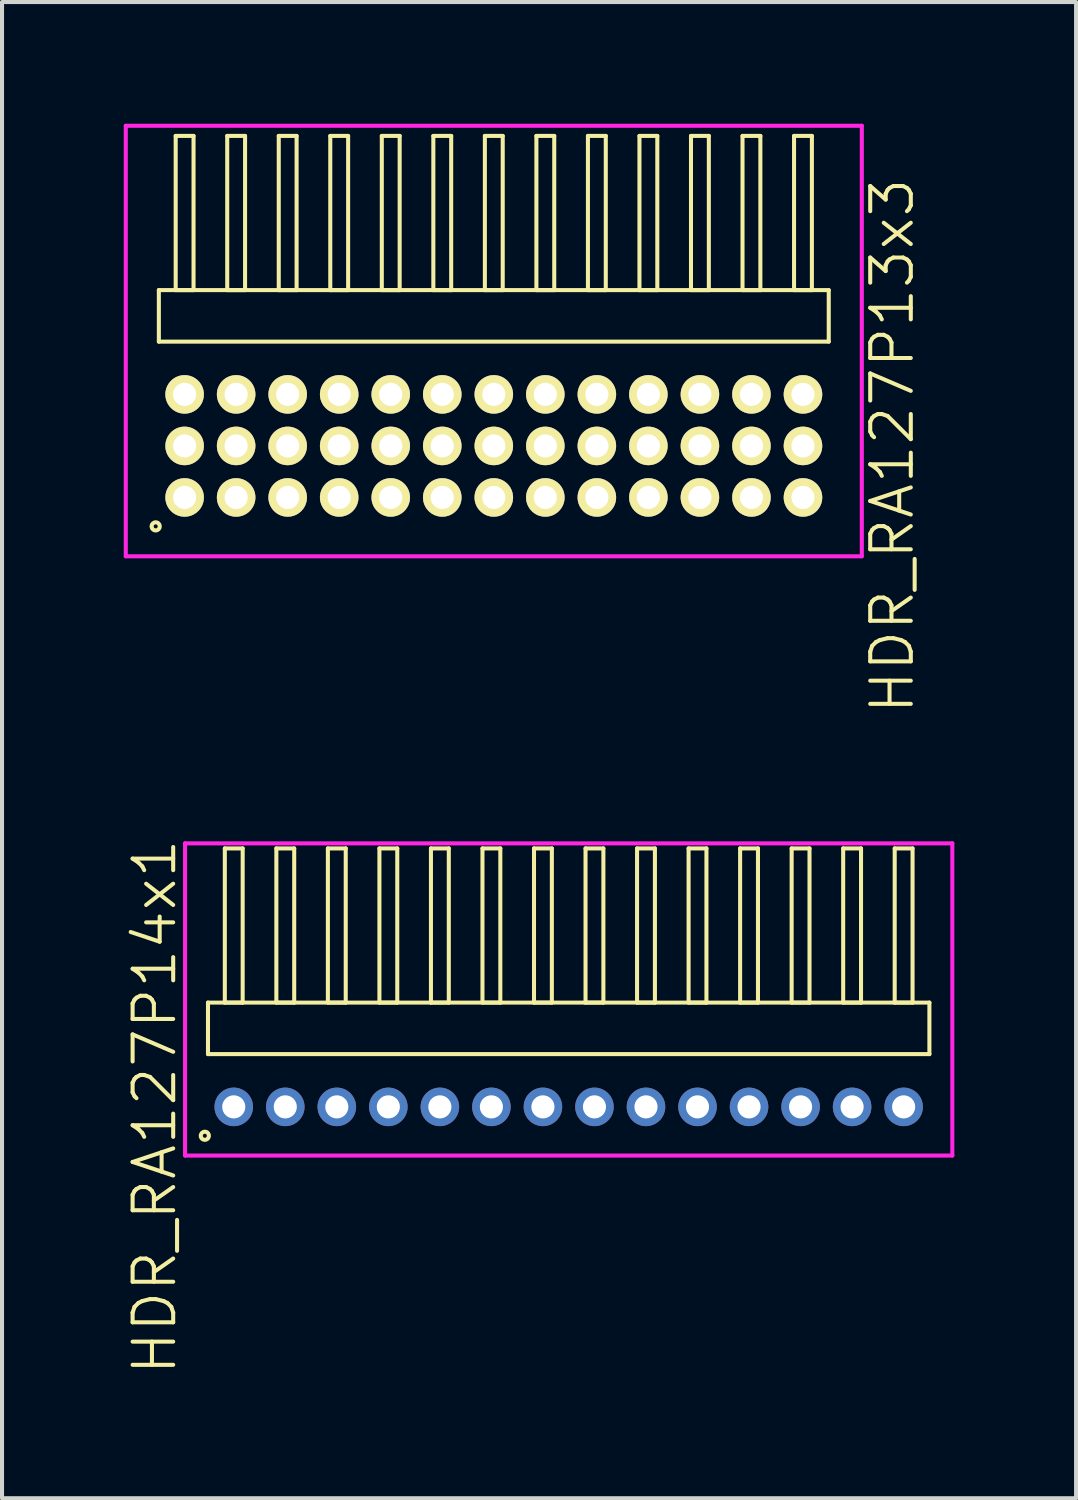
<source format=kicad_pcb>
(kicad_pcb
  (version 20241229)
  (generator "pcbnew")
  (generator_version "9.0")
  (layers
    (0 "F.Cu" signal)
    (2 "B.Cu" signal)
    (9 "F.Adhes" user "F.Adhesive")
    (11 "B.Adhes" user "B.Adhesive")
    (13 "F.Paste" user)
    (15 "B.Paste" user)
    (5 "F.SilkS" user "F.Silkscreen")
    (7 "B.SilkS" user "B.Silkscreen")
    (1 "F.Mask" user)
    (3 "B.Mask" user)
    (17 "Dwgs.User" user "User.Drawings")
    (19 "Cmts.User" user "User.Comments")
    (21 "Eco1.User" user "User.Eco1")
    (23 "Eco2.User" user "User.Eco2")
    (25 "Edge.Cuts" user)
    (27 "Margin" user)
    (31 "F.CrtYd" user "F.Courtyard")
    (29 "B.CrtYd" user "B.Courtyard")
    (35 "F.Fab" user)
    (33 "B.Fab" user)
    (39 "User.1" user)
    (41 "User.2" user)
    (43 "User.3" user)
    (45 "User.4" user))
  (footprint "HDR_RA127P14x1"
    (layer "F.Cu")
    (at 10.966 24.23)
    (property "Reference" "HDR_RA127P14x1" (at -10.205 0 90) (layer "F.SilkS") (effects (font (size 1 1) (thickness 0.1))))
    (attr through_hole)
    (fp_line (start -8.89 -2.57) (end -8.89 -1.3) (stroke (width 0.1) (type solid)) (layer "F.SilkS"))
    (fp_line (start -8.89 -1.3) (end 8.89 -1.3) (stroke (width 0.1) (type solid)) (layer "F.SilkS"))
    (fp_line (start -8.475 -6.37) (end -8.475 -2.57) (stroke (width 0.1) (type solid)) (layer "F.SilkS"))
    (fp_line (start -8.475 -2.57) (end -8.035 -2.57) (stroke (width 0.1) (type solid)) (layer "F.SilkS"))
    (fp_line (start -8.035 -6.37) (end -8.475 -6.37) (stroke (width 0.1) (type solid)) (layer "F.SilkS"))
    (fp_line (start -8.035 -2.57) (end -8.035 -6.37) (stroke (width 0.1) (type solid)) (layer "F.SilkS"))
    (fp_line (start -7.205 -6.37) (end -7.205 -2.57) (stroke (width 0.1) (type solid)) (layer "F.SilkS"))
    (fp_line (start -7.205 -2.57) (end -6.765 -2.57) (stroke (width 0.1) (type solid)) (layer "F.SilkS"))
    (fp_line (start -6.765 -6.37) (end -7.205 -6.37) (stroke (width 0.1) (type solid)) (layer "F.SilkS"))
    (fp_line (start -6.765 -2.57) (end -6.765 -6.37) (stroke (width 0.1) (type solid)) (layer "F.SilkS"))
    (fp_line (start -5.935 -6.37) (end -5.935 -2.57) (stroke (width 0.1) (type solid)) (layer "F.SilkS"))
    (fp_line (start -5.935 -2.57) (end -5.495 -2.57) (stroke (width 0.1) (type solid)) (layer "F.SilkS"))
    (fp_line (start -5.495 -6.37) (end -5.935 -6.37) (stroke (width 0.1) (type solid)) (layer "F.SilkS"))
    (fp_line (start -5.495 -2.57) (end -5.495 -6.37) (stroke (width 0.1) (type solid)) (layer "F.SilkS"))
    (fp_line (start -4.665 -6.37) (end -4.665 -2.57) (stroke (width 0.1) (type solid)) (layer "F.SilkS"))
    (fp_line (start -4.665 -2.57) (end -4.225 -2.57) (stroke (width 0.1) (type solid)) (layer "F.SilkS"))
    (fp_line (start -4.225 -6.37) (end -4.665 -6.37) (stroke (width 0.1) (type solid)) (layer "F.SilkS"))
    (fp_line (start -4.225 -2.57) (end -4.225 -6.37) (stroke (width 0.1) (type solid)) (layer "F.SilkS"))
    (fp_line (start -3.395 -6.37) (end -3.395 -2.57) (stroke (width 0.1) (type solid)) (layer "F.SilkS"))
    (fp_line (start -3.395 -2.57) (end -2.955 -2.57) (stroke (width 0.1) (type solid)) (layer "F.SilkS"))
    (fp_line (start -2.955 -6.37) (end -3.395 -6.37) (stroke (width 0.1) (type solid)) (layer "F.SilkS"))
    (fp_line (start -2.955 -2.57) (end -2.955 -6.37) (stroke (width 0.1) (type solid)) (layer "F.SilkS"))
    (fp_line (start -2.125 -6.37) (end -2.125 -2.57) (stroke (width 0.1) (type solid)) (layer "F.SilkS"))
    (fp_line (start -2.125 -2.57) (end -1.685 -2.57) (stroke (width 0.1) (type solid)) (layer "F.SilkS"))
    (fp_line (start -1.685 -6.37) (end -2.125 -6.37) (stroke (width 0.1) (type solid)) (layer "F.SilkS"))
    (fp_line (start -1.685 -2.57) (end -1.685 -6.37) (stroke (width 0.1) (type solid)) (layer "F.SilkS"))
    (fp_line (start -0.855 -6.37) (end -0.855 -2.57) (stroke (width 0.1) (type solid)) (layer "F.SilkS"))
    (fp_line (start -0.855 -2.57) (end -0.415 -2.57) (stroke (width 0.1) (type solid)) (layer "F.SilkS"))
    (fp_line (start -0.415 -6.37) (end -0.855 -6.37) (stroke (width 0.1) (type solid)) (layer "F.SilkS"))
    (fp_line (start -0.415 -2.57) (end -0.415 -6.37) (stroke (width 0.1) (type solid)) (layer "F.SilkS"))
    (fp_line (start 0.415 -6.37) (end 0.415 -2.57) (stroke (width 0.1) (type solid)) (layer "F.SilkS"))
    (fp_line (start 0.415 -2.57) (end 0.855 -2.57) (stroke (width 0.1) (type solid)) (layer "F.SilkS"))
    (fp_line (start 0.855 -6.37) (end 0.415 -6.37) (stroke (width 0.1) (type solid)) (layer "F.SilkS"))
    (fp_line (start 0.855 -2.57) (end 0.855 -6.37) (stroke (width 0.1) (type solid)) (layer "F.SilkS"))
    (fp_line (start 1.685 -6.37) (end 1.685 -2.57) (stroke (width 0.1) (type solid)) (layer "F.SilkS"))
    (fp_line (start 1.685 -2.57) (end 2.125 -2.57) (stroke (width 0.1) (type solid)) (layer "F.SilkS"))
    (fp_line (start 2.125 -6.37) (end 1.685 -6.37) (stroke (width 0.1) (type solid)) (layer "F.SilkS"))
    (fp_line (start 2.125 -2.57) (end 2.125 -6.37) (stroke (width 0.1) (type solid)) (layer "F.SilkS"))
    (fp_line (start 2.955 -6.37) (end 2.955 -2.57) (stroke (width 0.1) (type solid)) (layer "F.SilkS"))
    (fp_line (start 2.955 -2.57) (end 3.395 -2.57) (stroke (width 0.1) (type solid)) (layer "F.SilkS"))
    (fp_line (start 3.395 -6.37) (end 2.955 -6.37) (stroke (width 0.1) (type solid)) (layer "F.SilkS"))
    (fp_line (start 3.395 -2.57) (end 3.395 -6.37) (stroke (width 0.1) (type solid)) (layer "F.SilkS"))
    (fp_line (start 4.225 -6.37) (end 4.225 -2.57) (stroke (width 0.1) (type solid)) (layer "F.SilkS"))
    (fp_line (start 4.225 -2.57) (end 4.665 -2.57) (stroke (width 0.1) (type solid)) (layer "F.SilkS"))
    (fp_line (start 4.665 -6.37) (end 4.225 -6.37) (stroke (width 0.1) (type solid)) (layer "F.SilkS"))
    (fp_line (start 4.665 -2.57) (end 4.665 -6.37) (stroke (width 0.1) (type solid)) (layer "F.SilkS"))
    (fp_line (start 5.495 -6.37) (end 5.495 -2.57) (stroke (width 0.1) (type solid)) (layer "F.SilkS"))
    (fp_line (start 5.495 -2.57) (end 5.935 -2.57) (stroke (width 0.1) (type solid)) (layer "F.SilkS"))
    (fp_line (start 5.935 -6.37) (end 5.495 -6.37) (stroke (width 0.1) (type solid)) (layer "F.SilkS"))
    (fp_line (start 5.935 -2.57) (end 5.935 -6.37) (stroke (width 0.1) (type solid)) (layer "F.SilkS"))
    (fp_line (start 6.765 -6.37) (end 6.765 -2.57) (stroke (width 0.1) (type solid)) (layer "F.SilkS"))
    (fp_line (start 6.765 -2.57) (end 7.205 -2.57) (stroke (width 0.1) (type solid)) (layer "F.SilkS"))
    (fp_line (start 7.205 -6.37) (end 6.765 -6.37) (stroke (width 0.1) (type solid)) (layer "F.SilkS"))
    (fp_line (start 7.205 -2.57) (end 7.205 -6.37) (stroke (width 0.1) (type solid)) (layer "F.SilkS"))
    (fp_line (start 8.035 -6.37) (end 8.035 -2.57) (stroke (width 0.1) (type solid)) (layer "F.SilkS"))
    (fp_line (start 8.035 -2.57) (end 8.475 -2.57) (stroke (width 0.1) (type solid)) (layer "F.SilkS"))
    (fp_line (start 8.475 -6.37) (end 8.035 -6.37) (stroke (width 0.1) (type solid)) (layer "F.SilkS"))
    (fp_line (start 8.475 -2.57) (end 8.475 -6.37) (stroke (width 0.1) (type solid)) (layer "F.SilkS"))
    (fp_line (start 8.89 -2.57) (end -8.89 -2.57) (stroke (width 0.1) (type solid)) (layer "F.SilkS"))
    (fp_line (start 8.89 -1.3) (end 8.89 -2.57) (stroke (width 0.1) (type solid)) (layer "F.SilkS"))
    (fp_circle (center -8.968 0.712) (end -8.868 0.712) (stroke (width 0.1) (type solid)) (fill no) (layer "F.SilkS"))
    (fp_line (start -9.455 -6.495) (end -9.455 1.2) (stroke (width 0.1) (type solid)) (layer "F.CrtYd"))
    (fp_line (start -9.455 1.2) (end 9.455 1.2) (stroke (width 0.1) (type solid)) (layer "F.CrtYd"))
    (fp_line (start 9.455 -6.495) (end -9.455 -6.495) (stroke (width 0.1) (type solid)) (layer "F.CrtYd"))
    (fp_line (start 9.455 1.2) (end 9.455 -6.495) (stroke (width 0.1) (type solid)) (layer "F.CrtYd"))
    (pad "1" thru_hole oval (at -8.255 0) (size 0.95 0.95) (drill 0.57) (layers "*.Cu" "*.Mask"))
    (pad "2" thru_hole oval (at -6.985 0) (size 0.95 0.95) (drill 0.57) (layers "*.Cu" "*.Mask"))
    (pad "3" thru_hole oval (at -5.715 0) (size 0.95 0.95) (drill 0.57) (layers "*.Cu" "*.Mask"))
    (pad "4" thru_hole oval (at -4.445 0) (size 0.95 0.95) (drill 0.57) (layers "*.Cu" "*.Mask"))
    (pad "5" thru_hole oval (at -3.175 0) (size 0.95 0.95) (drill 0.57) (layers "*.Cu" "*.Mask"))
    (pad "6" thru_hole oval (at -1.905 0) (size 0.95 0.95) (drill 0.57) (layers "*.Cu" "*.Mask"))
    (pad "7" thru_hole oval (at -0.635 0) (size 0.95 0.95) (drill 0.57) (layers "*.Cu" "*.Mask"))
    (pad "8" thru_hole oval (at 0.635 0) (size 0.95 0.95) (drill 0.57) (layers "*.Cu" "*.Mask"))
    (pad "9" thru_hole oval (at 1.905 0) (size 0.95 0.95) (drill 0.57) (layers "*.Cu" "*.Mask"))
    (pad "10" thru_hole oval (at 3.175 0) (size 0.95 0.95) (drill 0.57) (layers "*.Cu" "*.Mask"))
    (pad "11" thru_hole oval (at 4.445 0) (size 0.95 0.95) (drill 0.57) (layers "*.Cu" "*.Mask"))
    (pad "12" thru_hole oval (at 5.715 0) (size 0.95 0.95) (drill 0.57) (layers "*.Cu" "*.Mask"))
    (pad "13" thru_hole oval (at 6.985 0) (size 0.95 0.95) (drill 0.57) (layers "*.Cu" "*.Mask"))
    (pad "14" thru_hole oval (at 8.255 0) (size 0.95 0.95) (drill 0.57) (layers "*.Cu" "*.Mask")))
  (footprint "HDR_RA127P13x3"
    (layer "F.Cu")
    (at 9.12 7.94)
    (property "Reference" "HDR_RA127P13x3" (at 9.82 0 90) (layer "F.SilkS") (effects (font (size 1 1) (thickness 0.1))))
    (attr through_hole)
    (fp_line (start -8.255 -3.84) (end -8.255 -2.57) (stroke (width 0.1) (type solid)) (layer "F.SilkS"))
    (fp_line (start -8.255 -2.57) (end 8.255 -2.57) (stroke (width 0.1) (type solid)) (layer "F.SilkS"))
    (fp_line (start -7.84 -7.64) (end -7.84 -3.84) (stroke (width 0.1) (type solid)) (layer "F.SilkS"))
    (fp_line (start -7.84 -3.84) (end -7.4 -3.84) (stroke (width 0.1) (type solid)) (layer "F.SilkS"))
    (fp_line (start -7.4 -7.64) (end -7.84 -7.64) (stroke (width 0.1) (type solid)) (layer "F.SilkS"))
    (fp_line (start -7.4 -3.84) (end -7.4 -7.64) (stroke (width 0.1) (type solid)) (layer "F.SilkS"))
    (fp_line (start -6.57 -7.64) (end -6.57 -3.84) (stroke (width 0.1) (type solid)) (layer "F.SilkS"))
    (fp_line (start -6.57 -3.84) (end -6.13 -3.84) (stroke (width 0.1) (type solid)) (layer "F.SilkS"))
    (fp_line (start -6.13 -7.64) (end -6.57 -7.64) (stroke (width 0.1) (type solid)) (layer "F.SilkS"))
    (fp_line (start -6.13 -3.84) (end -6.13 -7.64) (stroke (width 0.1) (type solid)) (layer "F.SilkS"))
    (fp_line (start -5.3 -7.64) (end -5.3 -3.84) (stroke (width 0.1) (type solid)) (layer "F.SilkS"))
    (fp_line (start -5.3 -3.84) (end -4.86 -3.84) (stroke (width 0.1) (type solid)) (layer "F.SilkS"))
    (fp_line (start -4.86 -7.64) (end -5.3 -7.64) (stroke (width 0.1) (type solid)) (layer "F.SilkS"))
    (fp_line (start -4.86 -3.84) (end -4.86 -7.64) (stroke (width 0.1) (type solid)) (layer "F.SilkS"))
    (fp_line (start -4.03 -7.64) (end -4.03 -3.84) (stroke (width 0.1) (type solid)) (layer "F.SilkS"))
    (fp_line (start -4.03 -3.84) (end -3.59 -3.84) (stroke (width 0.1) (type solid)) (layer "F.SilkS"))
    (fp_line (start -3.59 -7.64) (end -4.03 -7.64) (stroke (width 0.1) (type solid)) (layer "F.SilkS"))
    (fp_line (start -3.59 -3.84) (end -3.59 -7.64) (stroke (width 0.1) (type solid)) (layer "F.SilkS"))
    (fp_line (start -2.76 -7.64) (end -2.76 -3.84) (stroke (width 0.1) (type solid)) (layer "F.SilkS"))
    (fp_line (start -2.76 -3.84) (end -2.32 -3.84) (stroke (width 0.1) (type solid)) (layer "F.SilkS"))
    (fp_line (start -2.32 -7.64) (end -2.76 -7.64) (stroke (width 0.1) (type solid)) (layer "F.SilkS"))
    (fp_line (start -2.32 -3.84) (end -2.32 -7.64) (stroke (width 0.1) (type solid)) (layer "F.SilkS"))
    (fp_line (start -1.49 -7.64) (end -1.49 -3.84) (stroke (width 0.1) (type solid)) (layer "F.SilkS"))
    (fp_line (start -1.49 -3.84) (end -1.05 -3.84) (stroke (width 0.1) (type solid)) (layer "F.SilkS"))
    (fp_line (start -1.05 -7.64) (end -1.49 -7.64) (stroke (width 0.1) (type solid)) (layer "F.SilkS"))
    (fp_line (start -1.05 -3.84) (end -1.05 -7.64) (stroke (width 0.1) (type solid)) (layer "F.SilkS"))
    (fp_line (start -0.22 -7.64) (end -0.22 -3.84) (stroke (width 0.1) (type solid)) (layer "F.SilkS"))
    (fp_line (start -0.22 -3.84) (end 0.22 -3.84) (stroke (width 0.1) (type solid)) (layer "F.SilkS"))
    (fp_line (start 0.22 -7.64) (end -0.22 -7.64) (stroke (width 0.1) (type solid)) (layer "F.SilkS"))
    (fp_line (start 0.22 -3.84) (end 0.22 -7.64) (stroke (width 0.1) (type solid)) (layer "F.SilkS"))
    (fp_line (start 1.05 -7.64) (end 1.05 -3.84) (stroke (width 0.1) (type solid)) (layer "F.SilkS"))
    (fp_line (start 1.05 -3.84) (end 1.49 -3.84) (stroke (width 0.1) (type solid)) (layer "F.SilkS"))
    (fp_line (start 1.49 -7.64) (end 1.05 -7.64) (stroke (width 0.1) (type solid)) (layer "F.SilkS"))
    (fp_line (start 1.49 -3.84) (end 1.49 -7.64) (stroke (width 0.1) (type solid)) (layer "F.SilkS"))
    (fp_line (start 2.32 -7.64) (end 2.32 -3.84) (stroke (width 0.1) (type solid)) (layer "F.SilkS"))
    (fp_line (start 2.32 -3.84) (end 2.76 -3.84) (stroke (width 0.1) (type solid)) (layer "F.SilkS"))
    (fp_line (start 2.76 -7.64) (end 2.32 -7.64) (stroke (width 0.1) (type solid)) (layer "F.SilkS"))
    (fp_line (start 2.76 -3.84) (end 2.76 -7.64) (stroke (width 0.1) (type solid)) (layer "F.SilkS"))
    (fp_line (start 3.59 -7.64) (end 3.59 -3.84) (stroke (width 0.1) (type solid)) (layer "F.SilkS"))
    (fp_line (start 3.59 -3.84) (end 4.03 -3.84) (stroke (width 0.1) (type solid)) (layer "F.SilkS"))
    (fp_line (start 4.03 -7.64) (end 3.59 -7.64) (stroke (width 0.1) (type solid)) (layer "F.SilkS"))
    (fp_line (start 4.03 -3.84) (end 4.03 -7.64) (stroke (width 0.1) (type solid)) (layer "F.SilkS"))
    (fp_line (start 4.86 -7.64) (end 4.86 -3.84) (stroke (width 0.1) (type solid)) (layer "F.SilkS"))
    (fp_line (start 4.86 -3.84) (end 5.3 -3.84) (stroke (width 0.1) (type solid)) (layer "F.SilkS"))
    (fp_line (start 5.3 -7.64) (end 4.86 -7.64) (stroke (width 0.1) (type solid)) (layer "F.SilkS"))
    (fp_line (start 5.3 -3.84) (end 5.3 -7.64) (stroke (width 0.1) (type solid)) (layer "F.SilkS"))
    (fp_line (start 6.13 -7.64) (end 6.13 -3.84) (stroke (width 0.1) (type solid)) (layer "F.SilkS"))
    (fp_line (start 6.13 -3.84) (end 6.57 -3.84) (stroke (width 0.1) (type solid)) (layer "F.SilkS"))
    (fp_line (start 6.57 -7.64) (end 6.13 -7.64) (stroke (width 0.1) (type solid)) (layer "F.SilkS"))
    (fp_line (start 6.57 -3.84) (end 6.57 -7.64) (stroke (width 0.1) (type solid)) (layer "F.SilkS"))
    (fp_line (start 7.4 -7.64) (end 7.4 -3.84) (stroke (width 0.1) (type solid)) (layer "F.SilkS"))
    (fp_line (start 7.4 -3.84) (end 7.84 -3.84) (stroke (width 0.1) (type solid)) (layer "F.SilkS"))
    (fp_line (start 7.84 -7.64) (end 7.4 -7.64) (stroke (width 0.1) (type solid)) (layer "F.SilkS"))
    (fp_line (start 7.84 -3.84) (end 7.84 -7.64) (stroke (width 0.1) (type solid)) (layer "F.SilkS"))
    (fp_line (start 8.255 -3.84) (end -8.255 -3.84) (stroke (width 0.1) (type solid)) (layer "F.SilkS"))
    (fp_line (start 8.255 -2.57) (end 8.255 -3.84) (stroke (width 0.1) (type solid)) (layer "F.SilkS"))
    (fp_circle (center -8.333 1.983) (end -8.233 1.983) (stroke (width 0.1) (type solid)) (fill no) (layer "F.SilkS"))
    (fp_line (start -9.07 -7.89) (end -9.07 2.72) (stroke (width 0.1) (type solid)) (layer "F.CrtYd"))
    (fp_line (start -9.07 2.72) (end 9.07 2.72) (stroke (width 0.1) (type solid)) (layer "F.CrtYd"))
    (fp_line (start 9.07 -7.89) (end -9.07 -7.89) (stroke (width 0.1) (type solid)) (layer "F.CrtYd"))
    (fp_line (start 9.07 2.72) (end 9.07 -7.89) (stroke (width 0.1) (type solid)) (layer "F.CrtYd"))
    (pad "1" thru_hole oval (at -7.62 1.27) (size 0.95 0.95) (drill 0.57) (layers "*.Cu" "*.Mask" "F.SilkS"))
    (pad "2" thru_hole oval (at -7.62 0) (size 0.95 0.95) (drill 0.57) (layers "*.Cu" "*.Mask" "F.SilkS"))
    (pad "3" thru_hole oval (at -7.62 -1.27) (size 0.95 0.95) (drill 0.57) (layers "*.Cu" "*.Mask" "F.SilkS"))
    (pad "4" thru_hole oval (at -6.35 1.27) (size 0.95 0.95) (drill 0.57) (layers "*.Cu" "*.Mask" "F.SilkS"))
    (pad "5" thru_hole oval (at -6.35 0) (size 0.95 0.95) (drill 0.57) (layers "*.Cu" "*.Mask" "F.SilkS"))
    (pad "6" thru_hole oval (at -6.35 -1.27) (size 0.95 0.95) (drill 0.57) (layers "*.Cu" "*.Mask" "F.SilkS"))
    (pad "7" thru_hole oval (at -5.08 1.27) (size 0.95 0.95) (drill 0.57) (layers "*.Cu" "*.Mask" "F.SilkS"))
    (pad "8" thru_hole oval (at -5.08 0) (size 0.95 0.95) (drill 0.57) (layers "*.Cu" "*.Mask" "F.SilkS"))
    (pad "9" thru_hole oval (at -5.08 -1.27) (size 0.95 0.95) (drill 0.57) (layers "*.Cu" "*.Mask" "F.SilkS"))
    (pad "10" thru_hole oval (at -3.81 1.27) (size 0.95 0.95) (drill 0.57) (layers "*.Cu" "*.Mask" "F.SilkS"))
    (pad "11" thru_hole oval (at -3.81 0) (size 0.95 0.95) (drill 0.57) (layers "*.Cu" "*.Mask" "F.SilkS"))
    (pad "12" thru_hole oval (at -3.81 -1.27) (size 0.95 0.95) (drill 0.57) (layers "*.Cu" "*.Mask" "F.SilkS"))
    (pad "13" thru_hole oval (at -2.54 1.27) (size 0.95 0.95) (drill 0.57) (layers "*.Cu" "*.Mask" "F.SilkS"))
    (pad "14" thru_hole oval (at -2.54 0) (size 0.95 0.95) (drill 0.57) (layers "*.Cu" "*.Mask" "F.SilkS"))
    (pad "15" thru_hole oval (at -2.54 -1.27) (size 0.95 0.95) (drill 0.57) (layers "*.Cu" "*.Mask" "F.SilkS"))
    (pad "16" thru_hole oval (at -1.27 1.27) (size 0.95 0.95) (drill 0.57) (layers "*.Cu" "*.Mask" "F.SilkS"))
    (pad "17" thru_hole oval (at -1.27 0) (size 0.95 0.95) (drill 0.57) (layers "*.Cu" "*.Mask" "F.SilkS"))
    (pad "18" thru_hole oval (at -1.27 -1.27) (size 0.95 0.95) (drill 0.57) (layers "*.Cu" "*.Mask" "F.SilkS"))
    (pad "19" thru_hole oval (at 0 1.27) (size 0.95 0.95) (drill 0.57) (layers "*.Cu" "*.Mask" "F.SilkS"))
    (pad "20" thru_hole oval (at 0 0) (size 0.95 0.95) (drill 0.57) (layers "*.Cu" "*.Mask" "F.SilkS"))
    (pad "21" thru_hole oval (at 0 -1.27) (size 0.95 0.95) (drill 0.57) (layers "*.Cu" "*.Mask" "F.SilkS"))
    (pad "22" thru_hole oval (at 1.27 1.27) (size 0.95 0.95) (drill 0.57) (layers "*.Cu" "*.Mask" "F.SilkS"))
    (pad "23" thru_hole oval (at 1.27 0) (size 0.95 0.95) (drill 0.57) (layers "*.Cu" "*.Mask" "F.SilkS"))
    (pad "24" thru_hole oval (at 1.27 -1.27) (size 0.95 0.95) (drill 0.57) (layers "*.Cu" "*.Mask" "F.SilkS"))
    (pad "25" thru_hole oval (at 2.54 1.27) (size 0.95 0.95) (drill 0.57) (layers "*.Cu" "*.Mask" "F.SilkS"))
    (pad "26" thru_hole oval (at 2.54 0) (size 0.95 0.95) (drill 0.57) (layers "*.Cu" "*.Mask" "F.SilkS"))
    (pad "27" thru_hole oval (at 2.54 -1.27) (size 0.95 0.95) (drill 0.57) (layers "*.Cu" "*.Mask" "F.SilkS"))
    (pad "28" thru_hole oval (at 3.81 1.27) (size 0.95 0.95) (drill 0.57) (layers "*.Cu" "*.Mask" "F.SilkS"))
    (pad "29" thru_hole oval (at 3.81 0) (size 0.95 0.95) (drill 0.57) (layers "*.Cu" "*.Mask" "F.SilkS"))
    (pad "30" thru_hole oval (at 3.81 -1.27) (size 0.95 0.95) (drill 0.57) (layers "*.Cu" "*.Mask" "F.SilkS"))
    (pad "31" thru_hole oval (at 5.08 1.27) (size 0.95 0.95) (drill 0.57) (layers "*.Cu" "*.Mask" "F.SilkS"))
    (pad "32" thru_hole oval (at 5.08 0) (size 0.95 0.95) (drill 0.57) (layers "*.Cu" "*.Mask" "F.SilkS"))
    (pad "33" thru_hole oval (at 5.08 -1.27) (size 0.95 0.95) (drill 0.57) (layers "*.Cu" "*.Mask" "F.SilkS"))
    (pad "34" thru_hole oval (at 6.35 1.27) (size 0.95 0.95) (drill 0.57) (layers "*.Cu" "*.Mask" "F.SilkS"))
    (pad "35" thru_hole oval (at 6.35 0) (size 0.95 0.95) (drill 0.57) (layers "*.Cu" "*.Mask" "F.SilkS"))
    (pad "36" thru_hole oval (at 6.35 -1.27) (size 0.95 0.95) (drill 0.57) (layers "*.Cu" "*.Mask" "F.SilkS"))
    (pad "37" thru_hole oval (at 7.62 1.27) (size 0.95 0.95) (drill 0.57) (layers "*.Cu" "*.Mask" "F.SilkS"))
    (pad "38" thru_hole oval (at 7.62 0) (size 0.95 0.95) (drill 0.57) (layers "*.Cu" "*.Mask" "F.SilkS"))
    (pad "39" thru_hole oval (at 7.62 -1.27) (size 0.95 0.95) (drill 0.57) (layers "*.Cu" "*.Mask" "F.SilkS")))
  (gr_rect
    (start -3 -3)
    (end 23.471 33.876)
    (stroke (width 0.1) (type default))
    (fill no)
    (layer "Edge.Cuts")))
</source>
